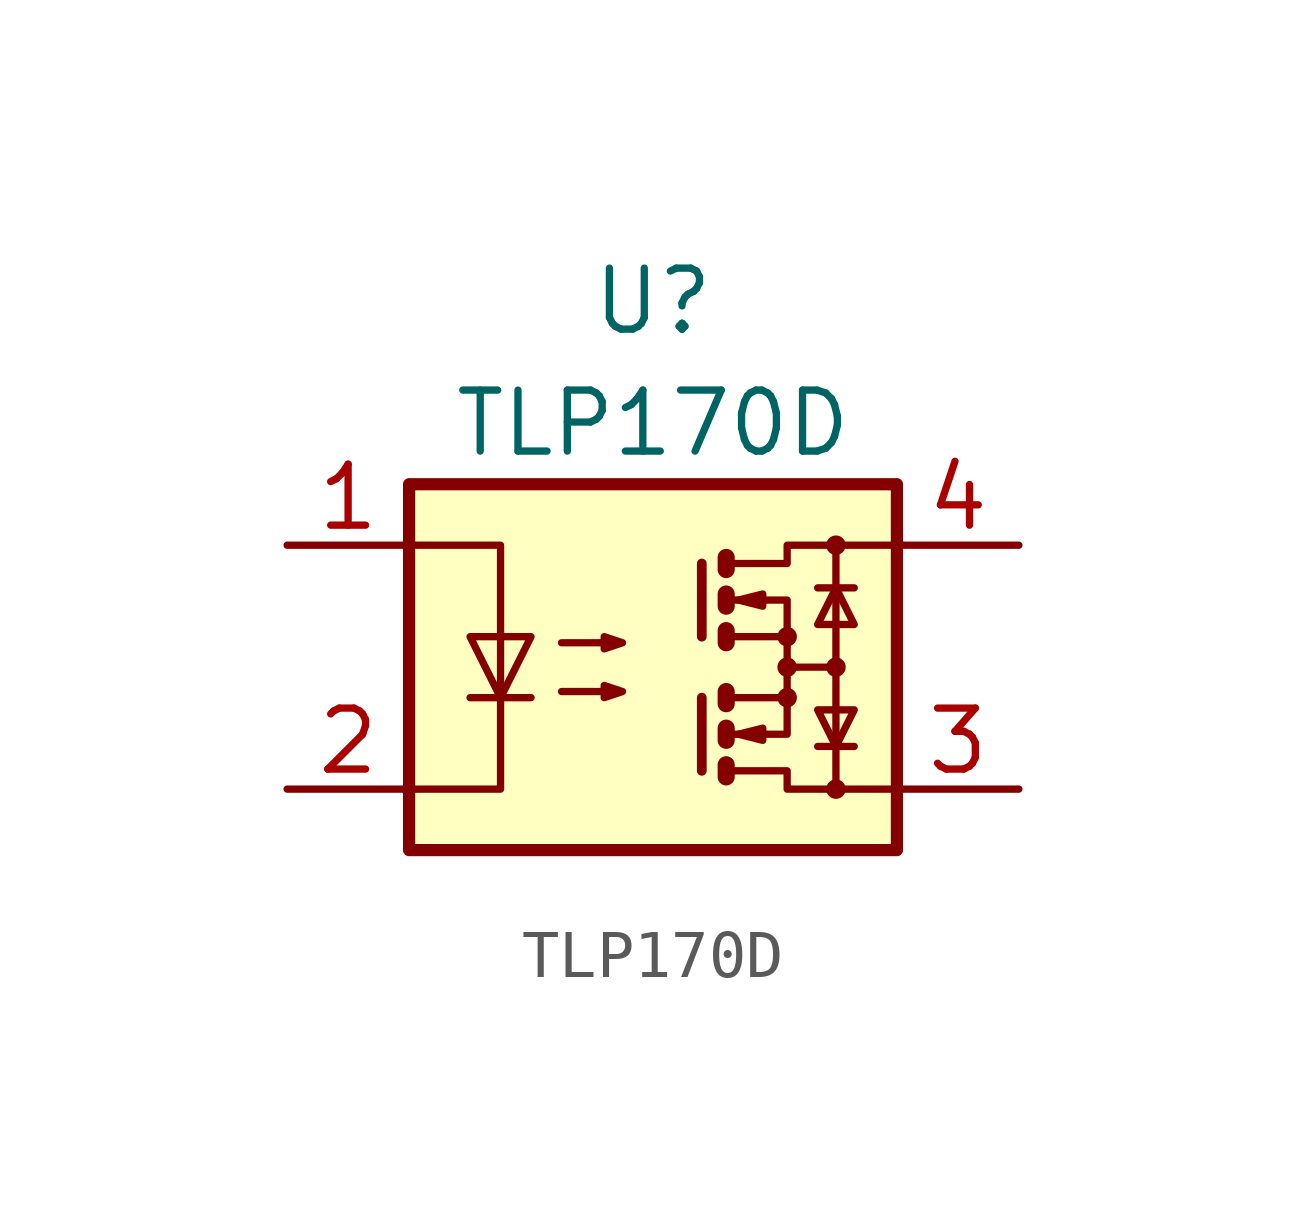
<source format=kicad_sym>
(kicad_symbol_lib
  (version 20220914)
  (generator kicad_symbol_editor)
  (symbol "TLP170D"
    (pin_names
      (offset 1.016))
    (property "Reference" "U"
      (at 0 7.62 0)
      (effects (font (size 1.27 1.27))))
    (property "Value" "TLP170D"
      (at 0 5.08 0)
      (effects (font (size 1.27 1.27))))
    (symbol "TLP170D_1_1"
      (rectangle (start -5.08 3.81) (end 5.08 -3.81) (stroke (width 0.254) (type default)) (fill (type background)))
      (polyline (pts (xy -3.81 -0.635) (xy -2.54 -0.635)) (stroke (width 0) (type default)) (fill (type none)))
      (polyline (pts (xy 1.016 -0.635) (xy 1.016 -2.159)) (stroke (width 0.203) (type default)) (fill (type none)))
      (polyline (pts (xy 1.016 2.159) (xy 1.016 0.635)) (stroke (width 0.203) (type default)) (fill (type none)))
      (polyline (pts (xy 1.524 -0.508) (xy 1.524 -0.762)) (stroke (width 0.356) (type default)) (fill (type none)))
      (polyline (pts (xy 2.794 0) (xy 3.81 0)) (stroke (width 0) (type default)) (fill (type none)))
      (polyline (pts (xy 3.429 -1.651) (xy 4.191 -1.651)) (stroke (width 0) (type default)) (fill (type none)))
      (polyline (pts (xy 3.429 1.651) (xy 4.191 1.651)) (stroke (width 0) (type default)) (fill (type none)))
      (polyline (pts (xy 3.81 -2.54) (xy 3.81 2.54)) (stroke (width 0) (type default)) (fill (type none)))
      (polyline (pts (xy 1.524 -2.032) (xy 1.524 -2.286) (xy 1.524 -2.286)) (stroke (width 0.356) (type default)) (fill (type none)))
      (polyline (pts (xy 1.524 -1.27) (xy 1.524 -1.524) (xy 1.524 -1.524)) (stroke (width 0.356) (type default)) (fill (type none)))
      (polyline (pts (xy 1.524 0.762) (xy 1.524 0.508) (xy 1.524 0.508)) (stroke (width 0.356) (type default)) (fill (type none)))
      (polyline (pts (xy 1.524 1.524) (xy 1.524 1.27) (xy 1.524 1.27)) (stroke (width 0.356) (type default)) (fill (type none)))
      (polyline (pts (xy 1.524 2.286) (xy 1.524 2.032) (xy 1.524 2.032)) (stroke (width 0.356) (type default)) (fill (type none)))
      (polyline (pts (xy 1.651 -1.397) (xy 2.794 -1.397) (xy 2.794 -0.635)) (stroke (width 0) (type default)) (fill (type none)))
      (polyline (pts (xy 1.651 1.397) (xy 2.794 1.397) (xy 2.794 0.635)) (stroke (width 0) (type default)) (fill (type none)))
      (polyline (pts (xy -5.08 2.54) (xy -3.175 2.54) (xy -3.175 -2.54) (xy -5.08 -2.54)) (stroke (width 0) (type default)) (fill (type none)))
      (polyline (pts (xy -3.175 -0.635) (xy -3.81 0.635) (xy -2.54 0.635) (xy -3.175 -0.635)) (stroke (width 0) (type default)) (fill (type none)))
      (polyline (pts (xy 1.651 -2.159) (xy 2.794 -2.159) (xy 2.794 -2.54) (xy 5.08 -2.54)) (stroke (width 0) (type default)) (fill (type none)))
      (polyline (pts (xy 1.651 -0.635) (xy 2.794 -0.635) (xy 2.794 0.635) (xy 1.651 0.635)) (stroke (width 0) (type default)) (fill (type none)))
      (polyline (pts (xy 1.651 2.159) (xy 2.794 2.159) (xy 2.794 2.54) (xy 5.08 2.54)) (stroke (width 0) (type default)) (fill (type none)))
      (polyline (pts (xy 1.778 -1.397) (xy 2.286 -1.27) (xy 2.286 -1.524) (xy 1.778 -1.397)) (stroke (width 0) (type default)) (fill (type none)))
      (polyline (pts (xy 1.778 1.397) (xy 2.286 1.524) (xy 2.286 1.27) (xy 1.778 1.397)) (stroke (width 0) (type default)) (fill (type none)))
      (polyline (pts (xy 3.81 -1.651) (xy 3.429 -0.889) (xy 4.191 -0.889) (xy 3.81 -1.651)) (stroke (width 0) (type default)) (fill (type none)))
      (polyline (pts (xy 3.81 1.651) (xy 3.429 0.889) (xy 4.191 0.889) (xy 3.81 1.651)) (stroke (width 0) (type default)) (fill (type none)))
      (polyline (pts (xy -1.905 -0.508) (xy -0.635 -0.508) (xy -1.016 -0.635) (xy -1.016 -0.381) (xy -0.635 -0.508)) (stroke (width 0) (type default)) (fill (type none)))
      (polyline (pts (xy -1.905 0.508) (xy -0.635 0.508) (xy -1.016 0.381) (xy -1.016 0.635) (xy -0.635 0.508)) (stroke (width 0) (type default)) (fill (type none)))
      (circle (center 2.794 -0.635) (radius 0.127) (stroke (width 0) (type default)) (fill (type none)))
      (circle (center 2.794 0) (radius 0.127) (stroke (width 0) (type default)) (fill (type none)))
      (circle (center 2.794 0.635) (radius 0.127) (stroke (width 0) (type default)) (fill (type none)))
      (circle (center 3.81 -2.54) (radius 0.127) (stroke (width 0) (type default)) (fill (type none)))
      (circle (center 3.81 0) (radius 0.127) (stroke (width 0) (type default)) (fill (type none)))
      (circle (center 3.81 2.54) (radius 0.127) (stroke (width 0) (type default)) (fill (type none)))
      (pin passive line (at -7.62 2.54 0) (length 2.54) (name "~" (effects (font (size 1.27 1.27)))) (number "1" (effects (font (size 1.27 1.27)))))
      (pin passive line (at -7.62 -2.54 0) (length 2.54) (name "~" (effects (font (size 1.27 1.27)))) (number "2" (effects (font (size 1.27 1.27)))))
      (pin passive line (at 7.62 -2.54 180) (length 2.54) (name "~" (effects (font (size 1.27 1.27)))) (number "3" (effects (font (size 1.27 1.27)))))
      (pin passive line (at 7.62 2.54 180) (length 2.54) (name "~" (effects (font (size 1.27 1.27)))) (number "4" (effects (font (size 1.27 1.27))))))))
</source>
